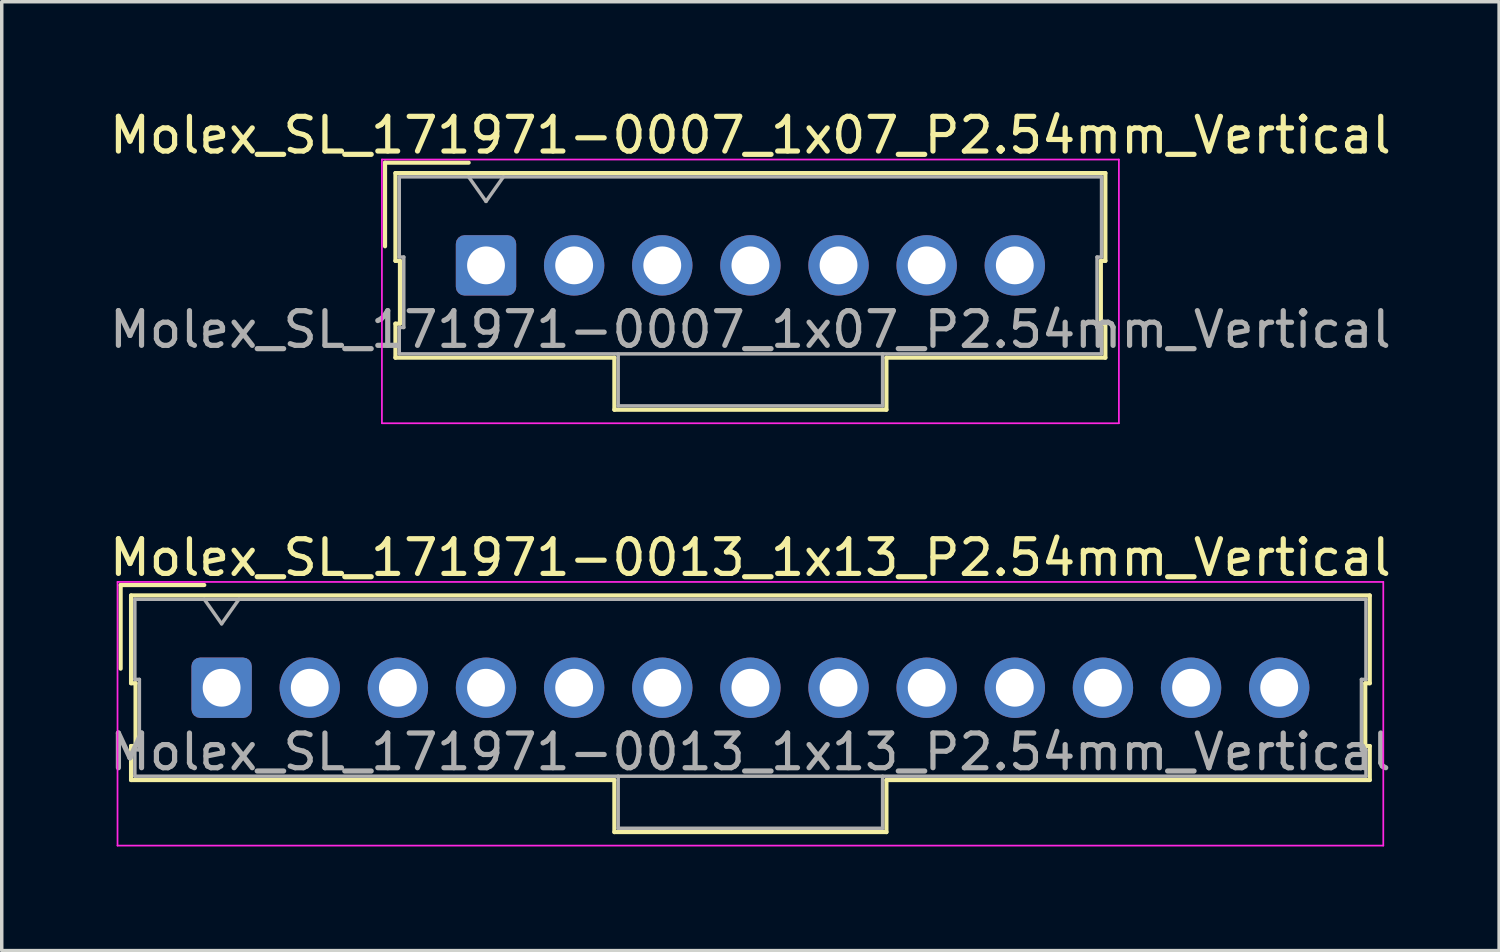
<source format=kicad_pcb>
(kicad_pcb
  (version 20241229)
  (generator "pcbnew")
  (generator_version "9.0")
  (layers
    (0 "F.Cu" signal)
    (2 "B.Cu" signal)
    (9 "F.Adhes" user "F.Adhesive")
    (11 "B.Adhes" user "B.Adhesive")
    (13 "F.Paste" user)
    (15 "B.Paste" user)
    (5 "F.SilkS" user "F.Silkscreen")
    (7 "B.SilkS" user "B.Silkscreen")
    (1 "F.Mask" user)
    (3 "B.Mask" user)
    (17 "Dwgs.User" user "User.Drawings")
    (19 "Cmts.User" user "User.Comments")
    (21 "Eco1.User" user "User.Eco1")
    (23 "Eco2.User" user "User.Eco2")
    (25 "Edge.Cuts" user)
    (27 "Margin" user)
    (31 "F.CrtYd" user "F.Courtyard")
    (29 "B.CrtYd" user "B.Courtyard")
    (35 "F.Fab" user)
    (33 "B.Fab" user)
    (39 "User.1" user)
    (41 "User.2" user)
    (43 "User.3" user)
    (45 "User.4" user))
  (footprint "Molex_SL_171971-0007_1x07_P2.54mm_Vertical"
    (layer "F.Cu")
    (at 10.957 4.598)
    (property "Reference" "Molex_SL_171971-0007_1x07_P2.54mm_Vertical" (at 7.62 -3.75 0) (layer "F.SilkS") (effects (font (size 1 1) (thickness 0.15))))
    (attr through_hole)
    (fp_line (start -2.91 -2.96) (end -0.5 -2.96) (stroke (width 0.12) (type solid)) (layer "F.SilkS"))
    (fp_line (start -2.91 -0.55) (end -2.91 -2.96) (stroke (width 0.12) (type solid)) (layer "F.SilkS"))
    (fp_line (start -2.61 -2.66) (end -2.61 -0.13) (stroke (width 0.12) (type solid)) (layer "F.SilkS"))
    (fp_line (start -2.61 -0.13) (end -2.48 -0.13) (stroke (width 0.12) (type solid)) (layer "F.SilkS"))
    (fp_line (start -2.61 1.68) (end -2.61 2.66) (stroke (width 0.12) (type solid)) (layer "F.SilkS"))
    (fp_line (start -2.61 2.66) (end 3.7 2.66) (stroke (width 0.12) (type solid)) (layer "F.SilkS"))
    (fp_line (start -2.48 -0.13) (end -2.48 1.68) (stroke (width 0.12) (type solid)) (layer "F.SilkS"))
    (fp_line (start -2.48 1.68) (end -2.61 1.68) (stroke (width 0.12) (type solid)) (layer "F.SilkS"))
    (fp_line (start 3.7 2.66) (end 3.7 4.16) (stroke (width 0.12) (type solid)) (layer "F.SilkS"))
    (fp_line (start 3.7 4.16) (end 11.54 4.16) (stroke (width 0.12) (type solid)) (layer "F.SilkS"))
    (fp_line (start 11.54 2.66) (end 17.85 2.66) (stroke (width 0.12) (type solid)) (layer "F.SilkS"))
    (fp_line (start 11.54 4.16) (end 11.54 2.66) (stroke (width 0.12) (type solid)) (layer "F.SilkS"))
    (fp_line (start 17.72 -0.13) (end 17.85 -0.13) (stroke (width 0.12) (type solid)) (layer "F.SilkS"))
    (fp_line (start 17.72 1.68) (end 17.72 -0.13) (stroke (width 0.12) (type solid)) (layer "F.SilkS"))
    (fp_line (start 17.85 -2.66) (end -2.61 -2.66) (stroke (width 0.12) (type solid)) (layer "F.SilkS"))
    (fp_line (start 17.85 -0.13) (end 17.85 -2.66) (stroke (width 0.12) (type solid)) (layer "F.SilkS"))
    (fp_line (start 17.85 1.68) (end 17.72 1.68) (stroke (width 0.12) (type solid)) (layer "F.SilkS"))
    (fp_line (start 17.85 2.66) (end 17.85 1.68) (stroke (width 0.12) (type solid)) (layer "F.SilkS"))
    (fp_line (start -3 -3.05) (end -3 4.55) (stroke (width 0.05) (type solid)) (layer "F.CrtYd"))
    (fp_line (start -3 4.55) (end 18.24 4.55) (stroke (width 0.05) (type solid)) (layer "F.CrtYd"))
    (fp_line (start 18.24 -3.05) (end -3 -3.05) (stroke (width 0.05) (type solid)) (layer "F.CrtYd"))
    (fp_line (start 18.24 4.55) (end 18.24 -3.05) (stroke (width 0.05) (type solid)) (layer "F.CrtYd"))
    (fp_line (start -2.5 -2.55) (end -2.5 -0.24) (stroke (width 0.1) (type solid)) (layer "F.Fab"))
    (fp_line (start -2.5 -0.24) (end -2.37 -0.24) (stroke (width 0.1) (type solid)) (layer "F.Fab"))
    (fp_line (start -2.5 1.79) (end -2.5 2.55) (stroke (width 0.1) (type solid)) (layer "F.Fab"))
    (fp_line (start -2.5 2.55) (end 17.74 2.55) (stroke (width 0.1) (type solid)) (layer "F.Fab"))
    (fp_line (start -2.37 -0.24) (end -2.37 1.79) (stroke (width 0.1) (type solid)) (layer "F.Fab"))
    (fp_line (start -2.37 1.79) (end -2.5 1.79) (stroke (width 0.1) (type solid)) (layer "F.Fab"))
    (fp_line (start 0 -1.843) (end -0.5 -2.55) (stroke (width 0.1) (type solid)) (layer "F.Fab"))
    (fp_line (start 0.5 -2.55) (end 0 -1.843) (stroke (width 0.1) (type solid)) (layer "F.Fab"))
    (fp_line (start 3.81 2.55) (end 3.81 4.05) (stroke (width 0.1) (type solid)) (layer "F.Fab"))
    (fp_line (start 3.81 4.05) (end 11.43 4.05) (stroke (width 0.1) (type solid)) (layer "F.Fab"))
    (fp_line (start 11.43 4.05) (end 11.43 2.55) (stroke (width 0.1) (type solid)) (layer "F.Fab"))
    (fp_line (start 17.61 -0.24) (end 17.74 -0.24) (stroke (width 0.1) (type solid)) (layer "F.Fab"))
    (fp_line (start 17.61 1.79) (end 17.61 -0.24) (stroke (width 0.1) (type solid)) (layer "F.Fab"))
    (fp_line (start 17.74 -2.55) (end -2.5 -2.55) (stroke (width 0.1) (type solid)) (layer "F.Fab"))
    (fp_line (start 17.74 -0.24) (end 17.74 -2.55) (stroke (width 0.1) (type solid)) (layer "F.Fab"))
    (fp_line (start 17.74 1.79) (end 17.61 1.79) (stroke (width 0.1) (type solid)) (layer "F.Fab"))
    (fp_line (start 17.74 2.55) (end 17.74 1.79) (stroke (width 0.1) (type solid)) (layer "F.Fab"))
    (fp_text user "${REFERENCE}" (at 7.62 1.85 0) (layer "F.Fab") (effects (font (size 1 1) (thickness 0.15))))
    (pad "1" thru_hole roundrect (at 0 0) (size 1.74 1.74) (drill 1.09) (layers "*.Cu" "*.Mask") (roundrect_rratio 0.144))
    (pad "2" thru_hole circle (at 2.54 0) (size 1.74 1.74) (drill 1.09) (layers "*.Cu" "*.Mask"))
    (pad "3" thru_hole circle (at 5.08 0) (size 1.74 1.74) (drill 1.09) (layers "*.Cu" "*.Mask"))
    (pad "4" thru_hole circle (at 7.62 0) (size 1.74 1.74) (drill 1.09) (layers "*.Cu" "*.Mask"))
    (pad "5" thru_hole circle (at 10.16 0) (size 1.74 1.74) (drill 1.09) (layers "*.Cu" "*.Mask"))
    (pad "6" thru_hole circle (at 12.7 0) (size 1.74 1.74) (drill 1.09) (layers "*.Cu" "*.Mask"))
    (pad "7" thru_hole circle (at 15.24 0) (size 1.74 1.74) (drill 1.09) (layers "*.Cu" "*.Mask")))
  (footprint "Molex_SL_171971-0013_1x13_P2.54mm_Vertical"
    (layer "F.Cu")
    (at 3.337 16.771)
    (property "Reference" "Molex_SL_171971-0013_1x13_P2.54mm_Vertical" (at 15.24 -3.75 0) (layer "F.SilkS") (effects (font (size 1 1) (thickness 0.15))))
    (attr through_hole)
    (fp_line (start -2.91 -2.96) (end -0.5 -2.96) (stroke (width 0.12) (type solid)) (layer "F.SilkS"))
    (fp_line (start -2.91 -0.55) (end -2.91 -2.96) (stroke (width 0.12) (type solid)) (layer "F.SilkS"))
    (fp_line (start -2.61 -2.66) (end -2.61 -0.13) (stroke (width 0.12) (type solid)) (layer "F.SilkS"))
    (fp_line (start -2.61 -0.13) (end -2.48 -0.13) (stroke (width 0.12) (type solid)) (layer "F.SilkS"))
    (fp_line (start -2.61 1.68) (end -2.61 2.66) (stroke (width 0.12) (type solid)) (layer "F.SilkS"))
    (fp_line (start -2.61 2.66) (end 11.32 2.66) (stroke (width 0.12) (type solid)) (layer "F.SilkS"))
    (fp_line (start -2.48 -0.13) (end -2.48 1.68) (stroke (width 0.12) (type solid)) (layer "F.SilkS"))
    (fp_line (start -2.48 1.68) (end -2.61 1.68) (stroke (width 0.12) (type solid)) (layer "F.SilkS"))
    (fp_line (start 11.32 2.66) (end 11.32 4.16) (stroke (width 0.12) (type solid)) (layer "F.SilkS"))
    (fp_line (start 11.32 4.16) (end 19.16 4.16) (stroke (width 0.12) (type solid)) (layer "F.SilkS"))
    (fp_line (start 19.16 2.66) (end 33.09 2.66) (stroke (width 0.12) (type solid)) (layer "F.SilkS"))
    (fp_line (start 19.16 4.16) (end 19.16 2.66) (stroke (width 0.12) (type solid)) (layer "F.SilkS"))
    (fp_line (start 32.96 -0.13) (end 33.09 -0.13) (stroke (width 0.12) (type solid)) (layer "F.SilkS"))
    (fp_line (start 32.96 1.68) (end 32.96 -0.13) (stroke (width 0.12) (type solid)) (layer "F.SilkS"))
    (fp_line (start 33.09 -2.66) (end -2.61 -2.66) (stroke (width 0.12) (type solid)) (layer "F.SilkS"))
    (fp_line (start 33.09 -0.13) (end 33.09 -2.66) (stroke (width 0.12) (type solid)) (layer "F.SilkS"))
    (fp_line (start 33.09 1.68) (end 32.96 1.68) (stroke (width 0.12) (type solid)) (layer "F.SilkS"))
    (fp_line (start 33.09 2.66) (end 33.09 1.68) (stroke (width 0.12) (type solid)) (layer "F.SilkS"))
    (fp_line (start -3 -3.05) (end -3 4.55) (stroke (width 0.05) (type solid)) (layer "F.CrtYd"))
    (fp_line (start -3 4.55) (end 33.48 4.55) (stroke (width 0.05) (type solid)) (layer "F.CrtYd"))
    (fp_line (start 33.48 -3.05) (end -3 -3.05) (stroke (width 0.05) (type solid)) (layer "F.CrtYd"))
    (fp_line (start 33.48 4.55) (end 33.48 -3.05) (stroke (width 0.05) (type solid)) (layer "F.CrtYd"))
    (fp_line (start -2.5 -2.55) (end -2.5 -0.24) (stroke (width 0.1) (type solid)) (layer "F.Fab"))
    (fp_line (start -2.5 -0.24) (end -2.37 -0.24) (stroke (width 0.1) (type solid)) (layer "F.Fab"))
    (fp_line (start -2.5 1.79) (end -2.5 2.55) (stroke (width 0.1) (type solid)) (layer "F.Fab"))
    (fp_line (start -2.5 2.55) (end 32.98 2.55) (stroke (width 0.1) (type solid)) (layer "F.Fab"))
    (fp_line (start -2.37 -0.24) (end -2.37 1.79) (stroke (width 0.1) (type solid)) (layer "F.Fab"))
    (fp_line (start -2.37 1.79) (end -2.5 1.79) (stroke (width 0.1) (type solid)) (layer "F.Fab"))
    (fp_line (start 0 -1.843) (end -0.5 -2.55) (stroke (width 0.1) (type solid)) (layer "F.Fab"))
    (fp_line (start 0.5 -2.55) (end 0 -1.843) (stroke (width 0.1) (type solid)) (layer "F.Fab"))
    (fp_line (start 11.43 2.55) (end 11.43 4.05) (stroke (width 0.1) (type solid)) (layer "F.Fab"))
    (fp_line (start 11.43 4.05) (end 19.05 4.05) (stroke (width 0.1) (type solid)) (layer "F.Fab"))
    (fp_line (start 19.05 4.05) (end 19.05 2.55) (stroke (width 0.1) (type solid)) (layer "F.Fab"))
    (fp_line (start 32.85 -0.24) (end 32.98 -0.24) (stroke (width 0.1) (type solid)) (layer "F.Fab"))
    (fp_line (start 32.85 1.79) (end 32.85 -0.24) (stroke (width 0.1) (type solid)) (layer "F.Fab"))
    (fp_line (start 32.98 -2.55) (end -2.5 -2.55) (stroke (width 0.1) (type solid)) (layer "F.Fab"))
    (fp_line (start 32.98 -0.24) (end 32.98 -2.55) (stroke (width 0.1) (type solid)) (layer "F.Fab"))
    (fp_line (start 32.98 1.79) (end 32.85 1.79) (stroke (width 0.1) (type solid)) (layer "F.Fab"))
    (fp_line (start 32.98 2.55) (end 32.98 1.79) (stroke (width 0.1) (type solid)) (layer "F.Fab"))
    (fp_text user "${REFERENCE}" (at 15.24 1.85 0) (layer "F.Fab") (effects (font (size 1 1) (thickness 0.15))))
    (pad "1" thru_hole roundrect (at 0 0) (size 1.74 1.74) (drill 1.09) (layers "*.Cu" "*.Mask") (roundrect_rratio 0.144))
    (pad "2" thru_hole circle (at 2.54 0) (size 1.74 1.74) (drill 1.09) (layers "*.Cu" "*.Mask"))
    (pad "3" thru_hole circle (at 5.08 0) (size 1.74 1.74) (drill 1.09) (layers "*.Cu" "*.Mask"))
    (pad "4" thru_hole circle (at 7.62 0) (size 1.74 1.74) (drill 1.09) (layers "*.Cu" "*.Mask"))
    (pad "5" thru_hole circle (at 10.16 0) (size 1.74 1.74) (drill 1.09) (layers "*.Cu" "*.Mask"))
    (pad "6" thru_hole circle (at 12.7 0) (size 1.74 1.74) (drill 1.09) (layers "*.Cu" "*.Mask"))
    (pad "7" thru_hole circle (at 15.24 0) (size 1.74 1.74) (drill 1.09) (layers "*.Cu" "*.Mask"))
    (pad "8" thru_hole circle (at 17.78 0) (size 1.74 1.74) (drill 1.09) (layers "*.Cu" "*.Mask"))
    (pad "9" thru_hole circle (at 20.32 0) (size 1.74 1.74) (drill 1.09) (layers "*.Cu" "*.Mask"))
    (pad "10" thru_hole circle (at 22.86 0) (size 1.74 1.74) (drill 1.09) (layers "*.Cu" "*.Mask"))
    (pad "11" thru_hole circle (at 25.4 0) (size 1.74 1.74) (drill 1.09) (layers "*.Cu" "*.Mask"))
    (pad "12" thru_hole circle (at 27.94 0) (size 1.74 1.74) (drill 1.09) (layers "*.Cu" "*.Mask"))
    (pad "13" thru_hole circle (at 30.48 0) (size 1.74 1.74) (drill 1.09) (layers "*.Cu" "*.Mask")))
  (gr_rect
    (start -3 -3)
    (end 40.155 24.346)
    (stroke (width 0.1) (type default))
    (fill no)
    (layer "Edge.Cuts")))
</source>
